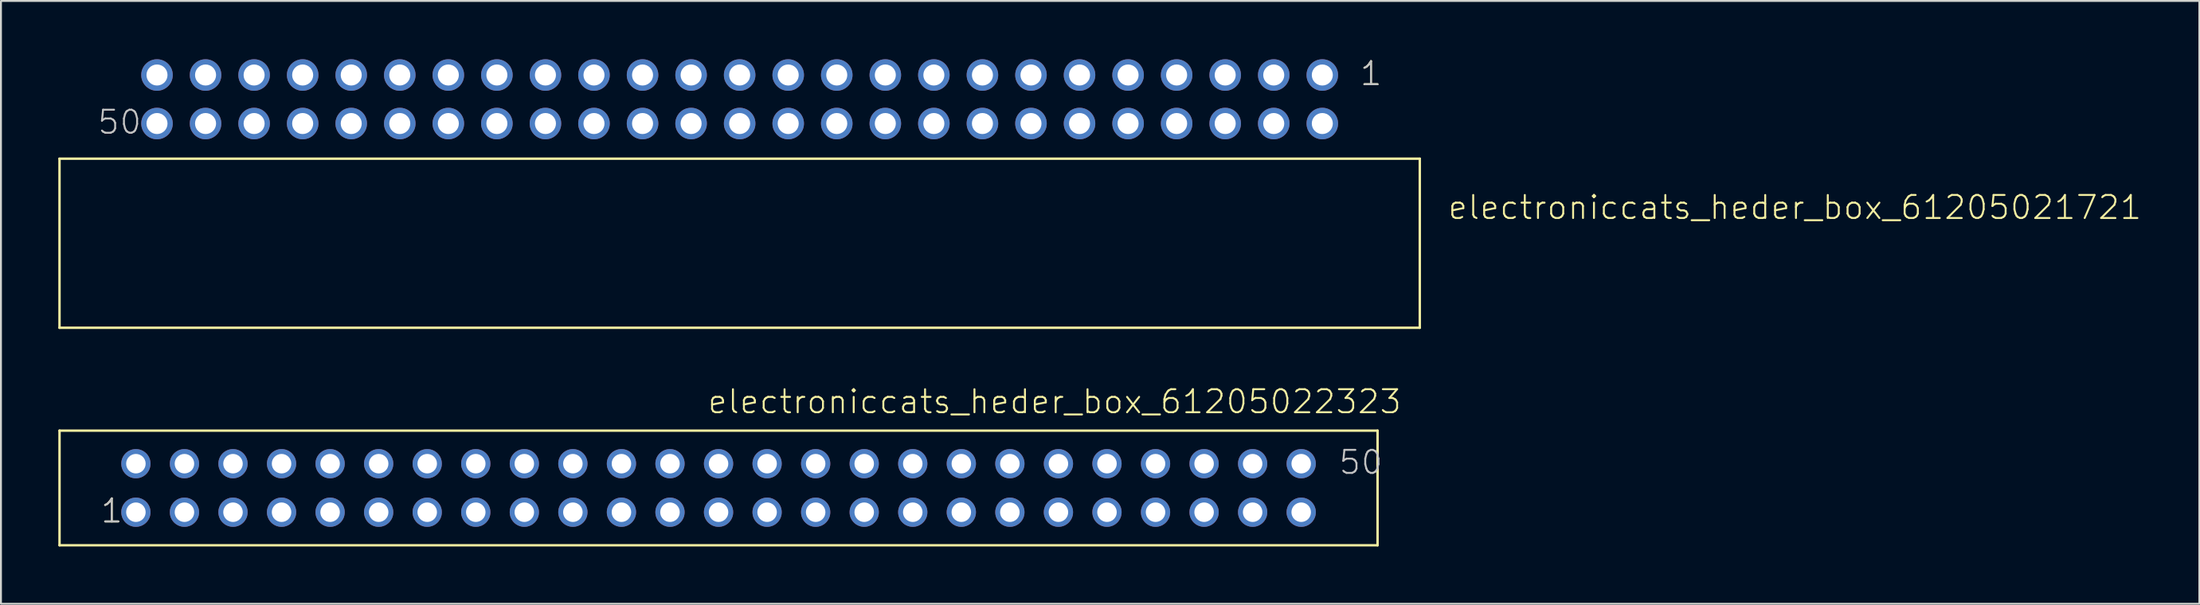
<source format=kicad_pcb>
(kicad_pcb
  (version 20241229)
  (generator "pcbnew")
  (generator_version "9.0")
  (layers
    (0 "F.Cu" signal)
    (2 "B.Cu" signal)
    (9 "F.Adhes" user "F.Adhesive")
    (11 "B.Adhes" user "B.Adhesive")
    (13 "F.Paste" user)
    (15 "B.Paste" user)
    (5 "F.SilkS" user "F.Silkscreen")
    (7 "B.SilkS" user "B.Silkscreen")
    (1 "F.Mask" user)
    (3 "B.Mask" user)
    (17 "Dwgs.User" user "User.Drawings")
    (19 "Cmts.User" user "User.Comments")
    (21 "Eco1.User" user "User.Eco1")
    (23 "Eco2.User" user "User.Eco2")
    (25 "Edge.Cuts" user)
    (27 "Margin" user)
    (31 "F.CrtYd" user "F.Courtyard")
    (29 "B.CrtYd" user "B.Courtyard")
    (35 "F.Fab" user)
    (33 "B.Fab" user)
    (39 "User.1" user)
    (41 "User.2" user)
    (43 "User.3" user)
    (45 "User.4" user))
  (footprint "electroniccats_heder_box_61205021721"
    (layer "F.Cu")
    (at 34.373 2.146)
    (property "Reference" "electroniccats_heder_box_61205021721" (at 38.256 6.368 0) (layer "F.SilkS") (effects (font (size 1.206 1.206) (thickness 0.102)) (justify left bottom)))
    (attr through_hole)
    (fp_line (start -34.31 3.11) (end 36.85 3.11) (stroke (width 0.127) (type solid)) (layer "F.SilkS"))
    (fp_line (start -34.31 11.96) (end -34.31 3.11) (stroke (width 0.127) (type solid)) (layer "F.SilkS"))
    (fp_line (start 36.85 3.11) (end 36.85 11.96) (stroke (width 0.127) (type solid)) (layer "F.SilkS"))
    (fp_line (start 36.85 11.96) (end -34.31 11.96) (stroke (width 0.127) (type solid)) (layer "F.SilkS"))
    (fp_text user "1" (at 33.655 -0.635 0) (layer "F.SilkS") (effects (font (size 1.206 1.206) (thickness 0.102)) (justify left bottom)))
    (fp_text user "1" (at 33.655 -0.635 0) (layer "Dwgs.User") (effects (font (size 1.206 1.206) (thickness 0.102)) (justify left bottom)))
    (fp_text user "50" (at -32.385 1.905 0) (layer "Dwgs.User") (effects (font (size 1.206 1.206) (thickness 0.102)) (justify left bottom)))
    (pad "1" thru_hole circle (at 31.75 -1.27) (size 1.65 1.65) (drill 1.1) (layers "*.Cu" "*.Mask"))
    (pad "2" thru_hole circle (at 31.75 1.27) (size 1.65 1.65) (drill 1.1) (layers "*.Cu" "*.Mask"))
    (pad "3" thru_hole circle (at 29.21 -1.27) (size 1.65 1.65) (drill 1.1) (layers "*.Cu" "*.Mask"))
    (pad "4" thru_hole circle (at 29.21 1.27) (size 1.65 1.65) (drill 1.1) (layers "*.Cu" "*.Mask"))
    (pad "5" thru_hole circle (at 26.67 -1.27) (size 1.65 1.65) (drill 1.1) (layers "*.Cu" "*.Mask"))
    (pad "6" thru_hole circle (at 26.67 1.27) (size 1.65 1.65) (drill 1.1) (layers "*.Cu" "*.Mask"))
    (pad "7" thru_hole circle (at 24.13 -1.27) (size 1.65 1.65) (drill 1.1) (layers "*.Cu" "*.Mask"))
    (pad "8" thru_hole circle (at 24.13 1.27) (size 1.65 1.65) (drill 1.1) (layers "*.Cu" "*.Mask"))
    (pad "9" thru_hole circle (at 21.59 -1.27) (size 1.65 1.65) (drill 1.1) (layers "*.Cu" "*.Mask"))
    (pad "10" thru_hole circle (at 21.59 1.27) (size 1.65 1.65) (drill 1.1) (layers "*.Cu" "*.Mask"))
    (pad "11" thru_hole circle (at 19.05 -1.27) (size 1.65 1.65) (drill 1.1) (layers "*.Cu" "*.Mask"))
    (pad "12" thru_hole circle (at 19.05 1.27) (size 1.65 1.65) (drill 1.1) (layers "*.Cu" "*.Mask"))
    (pad "13" thru_hole circle (at 16.51 -1.27) (size 1.65 1.65) (drill 1.1) (layers "*.Cu" "*.Mask"))
    (pad "14" thru_hole circle (at 16.51 1.27) (size 1.65 1.65) (drill 1.1) (layers "*.Cu" "*.Mask"))
    (pad "15" thru_hole circle (at 13.97 -1.27) (size 1.65 1.65) (drill 1.1) (layers "*.Cu" "*.Mask"))
    (pad "16" thru_hole circle (at 13.97 1.27) (size 1.65 1.65) (drill 1.1) (layers "*.Cu" "*.Mask"))
    (pad "17" thru_hole circle (at 11.43 -1.27) (size 1.65 1.65) (drill 1.1) (layers "*.Cu" "*.Mask"))
    (pad "18" thru_hole circle (at 11.43 1.27) (size 1.65 1.65) (drill 1.1) (layers "*.Cu" "*.Mask"))
    (pad "19" thru_hole circle (at 8.89 -1.27) (size 1.65 1.65) (drill 1.1) (layers "*.Cu" "*.Mask"))
    (pad "20" thru_hole circle (at 8.89 1.27) (size 1.65 1.65) (drill 1.1) (layers "*.Cu" "*.Mask"))
    (pad "21" thru_hole circle (at 6.35 -1.27) (size 1.65 1.65) (drill 1.1) (layers "*.Cu" "*.Mask"))
    (pad "22" thru_hole circle (at 6.35 1.27) (size 1.65 1.65) (drill 1.1) (layers "*.Cu" "*.Mask"))
    (pad "23" thru_hole circle (at 3.81 -1.27) (size 1.65 1.65) (drill 1.1) (layers "*.Cu" "*.Mask"))
    (pad "24" thru_hole circle (at 3.81 1.27) (size 1.65 1.65) (drill 1.1) (layers "*.Cu" "*.Mask"))
    (pad "25" thru_hole circle (at 1.27 -1.27) (size 1.65 1.65) (drill 1.1) (layers "*.Cu" "*.Mask"))
    (pad "26" thru_hole circle (at 1.27 1.27) (size 1.65 1.65) (drill 1.1) (layers "*.Cu" "*.Mask"))
    (pad "27" thru_hole circle (at -1.27 -1.27) (size 1.65 1.65) (drill 1.1) (layers "*.Cu" "*.Mask"))
    (pad "28" thru_hole circle (at -1.27 1.27) (size 1.65 1.65) (drill 1.1) (layers "*.Cu" "*.Mask"))
    (pad "29" thru_hole circle (at -3.81 -1.27) (size 1.65 1.65) (drill 1.1) (layers "*.Cu" "*.Mask"))
    (pad "30" thru_hole circle (at -3.81 1.27) (size 1.65 1.65) (drill 1.1) (layers "*.Cu" "*.Mask"))
    (pad "31" thru_hole circle (at -6.35 -1.27) (size 1.65 1.65) (drill 1.1) (layers "*.Cu" "*.Mask"))
    (pad "32" thru_hole circle (at -6.35 1.27) (size 1.65 1.65) (drill 1.1) (layers "*.Cu" "*.Mask"))
    (pad "33" thru_hole circle (at -8.89 -1.27) (size 1.65 1.65) (drill 1.1) (layers "*.Cu" "*.Mask"))
    (pad "34" thru_hole circle (at -8.89 1.27) (size 1.65 1.65) (drill 1.1) (layers "*.Cu" "*.Mask"))
    (pad "35" thru_hole circle (at -11.43 -1.27) (size 1.65 1.65) (drill 1.1) (layers "*.Cu" "*.Mask"))
    (pad "36" thru_hole circle (at -11.43 1.27) (size 1.65 1.65) (drill 1.1) (layers "*.Cu" "*.Mask"))
    (pad "37" thru_hole circle (at -13.97 -1.27) (size 1.65 1.65) (drill 1.1) (layers "*.Cu" "*.Mask"))
    (pad "38" thru_hole circle (at -13.97 1.27) (size 1.65 1.65) (drill 1.1) (layers "*.Cu" "*.Mask"))
    (pad "39" thru_hole circle (at -16.51 -1.27) (size 1.65 1.65) (drill 1.1) (layers "*.Cu" "*.Mask"))
    (pad "40" thru_hole circle (at -16.51 1.27) (size 1.65 1.65) (drill 1.1) (layers "*.Cu" "*.Mask"))
    (pad "41" thru_hole circle (at -19.05 -1.27) (size 1.65 1.65) (drill 1.1) (layers "*.Cu" "*.Mask"))
    (pad "42" thru_hole circle (at -19.05 1.27) (size 1.65 1.65) (drill 1.1) (layers "*.Cu" "*.Mask"))
    (pad "43" thru_hole circle (at -21.59 -1.27) (size 1.65 1.65) (drill 1.1) (layers "*.Cu" "*.Mask"))
    (pad "44" thru_hole circle (at -21.59 1.27) (size 1.65 1.65) (drill 1.1) (layers "*.Cu" "*.Mask"))
    (pad "45" thru_hole circle (at -24.13 -1.27) (size 1.65 1.65) (drill 1.1) (layers "*.Cu" "*.Mask"))
    (pad "46" thru_hole circle (at -24.13 1.27) (size 1.65 1.65) (drill 1.1) (layers "*.Cu" "*.Mask"))
    (pad "47" thru_hole circle (at -26.67 -1.27) (size 1.65 1.65) (drill 1.1) (layers "*.Cu" "*.Mask"))
    (pad "48" thru_hole circle (at -26.67 1.27) (size 1.65 1.65) (drill 1.1) (layers "*.Cu" "*.Mask"))
    (pad "49" thru_hole circle (at -29.21 -1.27) (size 1.65 1.65) (drill 1.1) (layers "*.Cu" "*.Mask"))
    (pad "50" thru_hole circle (at -29.21 1.27) (size 1.65 1.65) (drill 1.1) (layers "*.Cu" "*.Mask")))
  (footprint "electroniccats_heder_box_61205022323"
    (layer "F.Cu")
    (at 35.809 22.491)
    (property "Reference" "electroniccats_heder_box_61205022323" (at -1.905 -3.81 0) (layer "F.SilkS") (effects (font (size 1.206 1.206) (thickness 0.102)) (justify left bottom)))
    (attr through_hole)
    (fp_line (start -35.745 -3) (end 33.205 -3) (stroke (width 0.127) (type solid)) (layer "F.SilkS"))
    (fp_line (start -35.745 3) (end -35.745 -3) (stroke (width 0.127) (type solid)) (layer "F.SilkS"))
    (fp_line (start 33.205 -3) (end 33.205 3) (stroke (width 0.127) (type solid)) (layer "F.SilkS"))
    (fp_line (start 33.205 3) (end -35.745 3) (stroke (width 0.127) (type solid)) (layer "F.SilkS"))
    (fp_text user "1" (at -33.655 1.905 0) (layer "F.SilkS") (effects (font (size 1.206 1.206) (thickness 0.102)) (justify left bottom)))
    (fp_text user "50" (at 31.115 -0.635 0) (layer "Dwgs.User") (effects (font (size 1.206 1.206) (thickness 0.102)) (justify left bottom)))
    (fp_text user "1" (at -33.655 1.905 0) (layer "Dwgs.User") (effects (font (size 1.206 1.206) (thickness 0.102)) (justify left bottom)))
    (pad "1" thru_hole circle (at -31.75 1.27) (size 1.53 1.53) (drill 1.02) (layers "*.Cu" "*.Mask"))
    (pad "2" thru_hole circle (at -31.75 -1.27) (size 1.53 1.53) (drill 1.02) (layers "*.Cu" "*.Mask"))
    (pad "3" thru_hole circle (at -29.21 1.27) (size 1.53 1.53) (drill 1.02) (layers "*.Cu" "*.Mask"))
    (pad "4" thru_hole circle (at -29.21 -1.27) (size 1.53 1.53) (drill 1.02) (layers "*.Cu" "*.Mask"))
    (pad "5" thru_hole circle (at -26.67 1.27) (size 1.53 1.53) (drill 1.02) (layers "*.Cu" "*.Mask"))
    (pad "6" thru_hole circle (at -26.67 -1.27) (size 1.53 1.53) (drill 1.02) (layers "*.Cu" "*.Mask"))
    (pad "7" thru_hole circle (at -24.13 1.27) (size 1.53 1.53) (drill 1.02) (layers "*.Cu" "*.Mask"))
    (pad "8" thru_hole circle (at -24.13 -1.27) (size 1.53 1.53) (drill 1.02) (layers "*.Cu" "*.Mask"))
    (pad "9" thru_hole circle (at -21.59 1.27) (size 1.53 1.53) (drill 1.02) (layers "*.Cu" "*.Mask"))
    (pad "10" thru_hole circle (at -21.59 -1.27) (size 1.53 1.53) (drill 1.02) (layers "*.Cu" "*.Mask"))
    (pad "11" thru_hole circle (at -19.05 1.27) (size 1.53 1.53) (drill 1.02) (layers "*.Cu" "*.Mask"))
    (pad "12" thru_hole circle (at -19.05 -1.27) (size 1.53 1.53) (drill 1.02) (layers "*.Cu" "*.Mask"))
    (pad "13" thru_hole circle (at -16.51 1.27) (size 1.53 1.53) (drill 1.02) (layers "*.Cu" "*.Mask"))
    (pad "14" thru_hole circle (at -16.51 -1.27) (size 1.53 1.53) (drill 1.02) (layers "*.Cu" "*.Mask"))
    (pad "15" thru_hole circle (at -13.97 1.27) (size 1.53 1.53) (drill 1.02) (layers "*.Cu" "*.Mask"))
    (pad "16" thru_hole circle (at -13.97 -1.27) (size 1.53 1.53) (drill 1.02) (layers "*.Cu" "*.Mask"))
    (pad "17" thru_hole circle (at -11.43 1.27) (size 1.53 1.53) (drill 1.02) (layers "*.Cu" "*.Mask"))
    (pad "18" thru_hole circle (at -11.43 -1.27) (size 1.53 1.53) (drill 1.02) (layers "*.Cu" "*.Mask"))
    (pad "19" thru_hole circle (at -8.89 1.27) (size 1.53 1.53) (drill 1.02) (layers "*.Cu" "*.Mask"))
    (pad "20" thru_hole circle (at -8.89 -1.27) (size 1.53 1.53) (drill 1.02) (layers "*.Cu" "*.Mask"))
    (pad "21" thru_hole circle (at -6.35 1.27) (size 1.53 1.53) (drill 1.02) (layers "*.Cu" "*.Mask"))
    (pad "22" thru_hole circle (at -6.35 -1.27) (size 1.53 1.53) (drill 1.02) (layers "*.Cu" "*.Mask"))
    (pad "23" thru_hole circle (at -3.81 1.27) (size 1.53 1.53) (drill 1.02) (layers "*.Cu" "*.Mask"))
    (pad "24" thru_hole circle (at -3.81 -1.27) (size 1.53 1.53) (drill 1.02) (layers "*.Cu" "*.Mask"))
    (pad "25" thru_hole circle (at -1.27 1.27) (size 1.53 1.53) (drill 1.02) (layers "*.Cu" "*.Mask"))
    (pad "26" thru_hole circle (at -1.27 -1.27) (size 1.53 1.53) (drill 1.02) (layers "*.Cu" "*.Mask"))
    (pad "27" thru_hole circle (at 1.27 1.27) (size 1.53 1.53) (drill 1.02) (layers "*.Cu" "*.Mask"))
    (pad "28" thru_hole circle (at 1.27 -1.27) (size 1.53 1.53) (drill 1.02) (layers "*.Cu" "*.Mask"))
    (pad "29" thru_hole circle (at 3.81 1.27) (size 1.53 1.53) (drill 1.02) (layers "*.Cu" "*.Mask"))
    (pad "30" thru_hole circle (at 3.81 -1.27) (size 1.53 1.53) (drill 1.02) (layers "*.Cu" "*.Mask"))
    (pad "31" thru_hole circle (at 6.35 1.27) (size 1.53 1.53) (drill 1.02) (layers "*.Cu" "*.Mask"))
    (pad "32" thru_hole circle (at 6.35 -1.27) (size 1.53 1.53) (drill 1.02) (layers "*.Cu" "*.Mask"))
    (pad "33" thru_hole circle (at 8.89 1.27) (size 1.53 1.53) (drill 1.02) (layers "*.Cu" "*.Mask"))
    (pad "34" thru_hole circle (at 8.89 -1.27) (size 1.53 1.53) (drill 1.02) (layers "*.Cu" "*.Mask"))
    (pad "35" thru_hole circle (at 11.43 1.27) (size 1.53 1.53) (drill 1.02) (layers "*.Cu" "*.Mask"))
    (pad "36" thru_hole circle (at 11.43 -1.27) (size 1.53 1.53) (drill 1.02) (layers "*.Cu" "*.Mask"))
    (pad "37" thru_hole circle (at 13.97 1.27) (size 1.53 1.53) (drill 1.02) (layers "*.Cu" "*.Mask"))
    (pad "38" thru_hole circle (at 13.97 -1.27) (size 1.53 1.53) (drill 1.02) (layers "*.Cu" "*.Mask"))
    (pad "39" thru_hole circle (at 16.51 1.27) (size 1.53 1.53) (drill 1.02) (layers "*.Cu" "*.Mask"))
    (pad "40" thru_hole circle (at 16.51 -1.27) (size 1.53 1.53) (drill 1.02) (layers "*.Cu" "*.Mask"))
    (pad "41" thru_hole circle (at 19.05 1.27) (size 1.53 1.53) (drill 1.02) (layers "*.Cu" "*.Mask"))
    (pad "42" thru_hole circle (at 19.05 -1.27) (size 1.53 1.53) (drill 1.02) (layers "*.Cu" "*.Mask"))
    (pad "43" thru_hole circle (at 21.59 1.27) (size 1.53 1.53) (drill 1.02) (layers "*.Cu" "*.Mask"))
    (pad "44" thru_hole circle (at 21.59 -1.27) (size 1.53 1.53) (drill 1.02) (layers "*.Cu" "*.Mask"))
    (pad "45" thru_hole circle (at 24.13 1.27) (size 1.53 1.53) (drill 1.02) (layers "*.Cu" "*.Mask"))
    (pad "46" thru_hole circle (at 24.13 -1.27) (size 1.53 1.53) (drill 1.02) (layers "*.Cu" "*.Mask"))
    (pad "47" thru_hole circle (at 26.67 1.27) (size 1.53 1.53) (drill 1.02) (layers "*.Cu" "*.Mask"))
    (pad "48" thru_hole circle (at 26.67 -1.27) (size 1.53 1.53) (drill 1.02) (layers "*.Cu" "*.Mask"))
    (pad "49" thru_hole circle (at 29.21 1.27) (size 1.53 1.53) (drill 1.02) (layers "*.Cu" "*.Mask"))
    (pad "50" thru_hole circle (at 29.21 -1.27) (size 1.53 1.53) (drill 1.02) (layers "*.Cu" "*.Mask")))
  (gr_rect
    (start -3 -3)
    (end 112.003 28.555)
    (stroke (width 0.1) (type default))
    (fill no)
    (layer "Edge.Cuts")))
</source>
